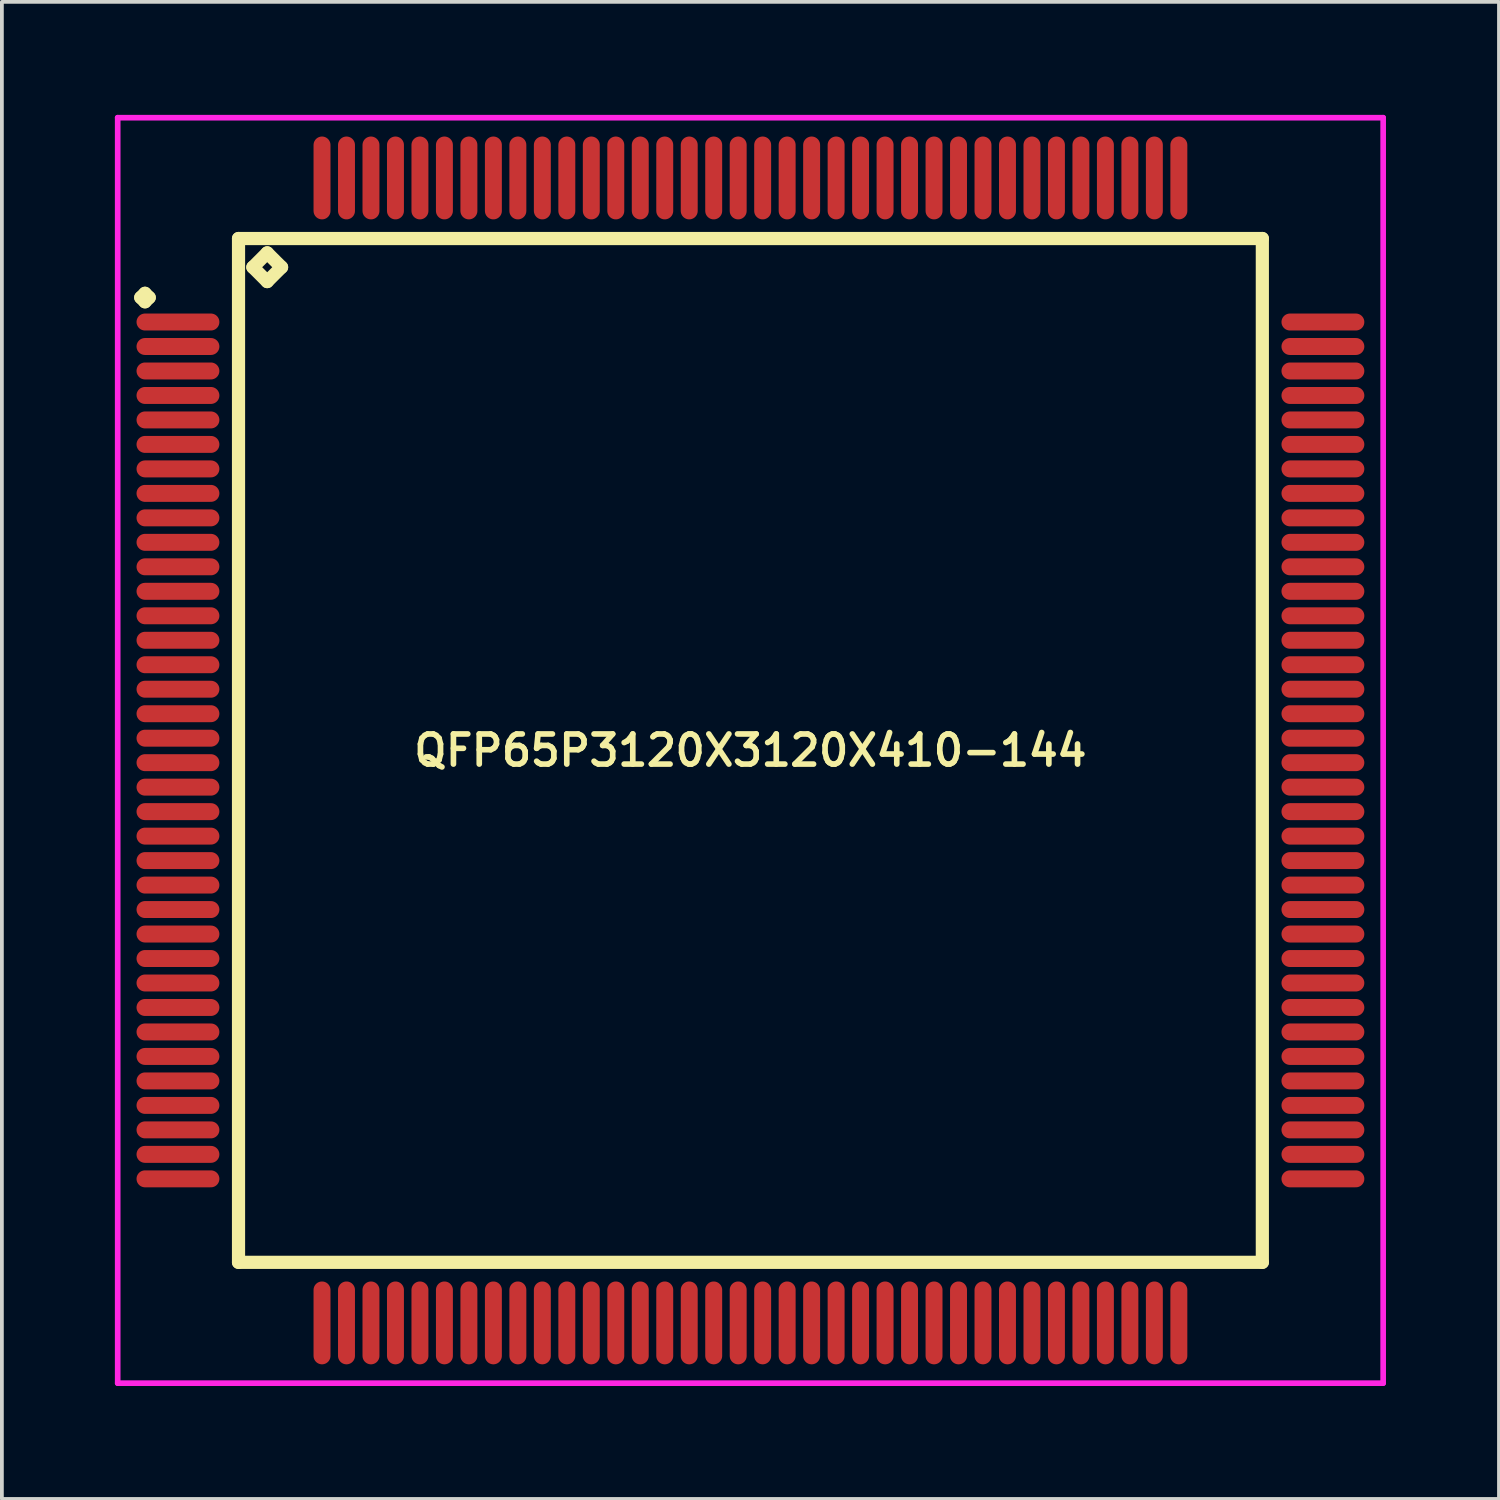
<source format=kicad_pcb>
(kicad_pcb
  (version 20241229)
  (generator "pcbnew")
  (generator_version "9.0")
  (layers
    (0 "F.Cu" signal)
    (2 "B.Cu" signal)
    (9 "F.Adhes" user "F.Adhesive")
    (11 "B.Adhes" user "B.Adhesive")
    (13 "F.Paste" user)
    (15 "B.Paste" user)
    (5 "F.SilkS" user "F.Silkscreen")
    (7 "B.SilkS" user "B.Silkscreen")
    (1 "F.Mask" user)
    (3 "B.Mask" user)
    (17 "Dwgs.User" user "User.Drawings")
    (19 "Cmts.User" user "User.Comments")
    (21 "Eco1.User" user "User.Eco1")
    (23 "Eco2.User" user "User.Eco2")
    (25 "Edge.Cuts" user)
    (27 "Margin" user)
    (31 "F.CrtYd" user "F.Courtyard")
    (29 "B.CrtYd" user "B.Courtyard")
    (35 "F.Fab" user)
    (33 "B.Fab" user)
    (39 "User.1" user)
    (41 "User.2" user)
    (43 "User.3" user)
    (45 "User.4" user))
  (footprint "QFP65P3120X3120X410-144"
    (layer "F.Cu")
    (at 16.875 16.875)
    (property "Reference" "QFP65P3120X3120X410-144" (at 0 0 0) (layer "F.SilkS") (effects (font (size 0.8 0.8) (thickness 0.15))))
    (attr smd)
    (fp_line (start -16.188 -12.025) (end -16.075 -12.137) (stroke (width 0.35) (type solid)) (layer "F.SilkS"))
    (fp_line (start -16.075 -12.137) (end -15.963 -12.025) (stroke (width 0.35) (type solid)) (layer "F.SilkS"))
    (fp_line (start -16.075 -11.912) (end -16.188 -12.025) (stroke (width 0.35) (type solid)) (layer "F.SilkS"))
    (fp_line (start -15.963 -12.025) (end -16.075 -11.912) (stroke (width 0.35) (type solid)) (layer "F.SilkS"))
    (fp_line (start -13.592 -13.592) (end -13.592 13.592) (stroke (width 0.35) (type solid)) (layer "F.SilkS"))
    (fp_line (start -13.592 13.592) (end 13.592 13.592) (stroke (width 0.35) (type solid)) (layer "F.SilkS"))
    (fp_line (start -13.211 -12.83) (end -12.83 -13.211) (stroke (width 0.35) (type solid)) (layer "F.SilkS"))
    (fp_line (start -12.83 -13.211) (end -12.449 -12.83) (stroke (width 0.35) (type solid)) (layer "F.SilkS"))
    (fp_line (start -12.83 -12.449) (end -13.211 -12.83) (stroke (width 0.35) (type solid)) (layer "F.SilkS"))
    (fp_line (start -12.449 -12.83) (end -12.83 -12.449) (stroke (width 0.35) (type solid)) (layer "F.SilkS"))
    (fp_line (start 13.592 -13.592) (end -13.592 -13.592) (stroke (width 0.35) (type solid)) (layer "F.SilkS"))
    (fp_line (start 13.592 13.592) (end 13.592 -13.592) (stroke (width 0.35) (type solid)) (layer "F.SilkS"))
    (fp_line (start -16.8 -16.8) (end 16.8 -16.8) (stroke (width 0.15) (type solid)) (layer "F.CrtYd"))
    (fp_line (start -16.8 16.8) (end -16.8 -16.8) (stroke (width 0.15) (type solid)) (layer "F.CrtYd"))
    (fp_line (start 16.8 -16.8) (end 16.8 16.8) (stroke (width 0.15) (type solid)) (layer "F.CrtYd"))
    (fp_line (start 16.8 16.8) (end -16.8 16.8) (stroke (width 0.15) (type solid)) (layer "F.CrtYd"))
    (pad "1" smd oval (at -15.2 -11.375) (size 2.2 0.45) (layers "F.Cu" "F.Mask" "F.Paste"))
    (pad "2" smd oval (at -15.2 -10.725) (size 2.2 0.45) (layers "F.Cu" "F.Mask" "F.Paste"))
    (pad "3" smd oval (at -15.2 -10.075) (size 2.2 0.45) (layers "F.Cu" "F.Mask" "F.Paste"))
    (pad "4" smd oval (at -15.2 -9.425) (size 2.2 0.45) (layers "F.Cu" "F.Mask" "F.Paste"))
    (pad "5" smd oval (at -15.2 -8.775) (size 2.2 0.45) (layers "F.Cu" "F.Mask" "F.Paste"))
    (pad "6" smd oval (at -15.2 -8.125) (size 2.2 0.45) (layers "F.Cu" "F.Mask" "F.Paste"))
    (pad "7" smd oval (at -15.2 -7.475) (size 2.2 0.45) (layers "F.Cu" "F.Mask" "F.Paste"))
    (pad "8" smd oval (at -15.2 -6.825) (size 2.2 0.45) (layers "F.Cu" "F.Mask" "F.Paste"))
    (pad "9" smd oval (at -15.2 -6.175) (size 2.2 0.45) (layers "F.Cu" "F.Mask" "F.Paste"))
    (pad "10" smd oval (at -15.2 -5.525) (size 2.2 0.45) (layers "F.Cu" "F.Mask" "F.Paste"))
    (pad "11" smd oval (at -15.2 -4.875) (size 2.2 0.45) (layers "F.Cu" "F.Mask" "F.Paste"))
    (pad "12" smd oval (at -15.2 -4.225) (size 2.2 0.45) (layers "F.Cu" "F.Mask" "F.Paste"))
    (pad "13" smd oval (at -15.2 -3.575) (size 2.2 0.45) (layers "F.Cu" "F.Mask" "F.Paste"))
    (pad "14" smd oval (at -15.2 -2.925) (size 2.2 0.45) (layers "F.Cu" "F.Mask" "F.Paste"))
    (pad "15" smd oval (at -15.2 -2.275) (size 2.2 0.45) (layers "F.Cu" "F.Mask" "F.Paste"))
    (pad "16" smd oval (at -15.2 -1.625) (size 2.2 0.45) (layers "F.Cu" "F.Mask" "F.Paste"))
    (pad "17" smd oval (at -15.2 -0.975) (size 2.2 0.45) (layers "F.Cu" "F.Mask" "F.Paste"))
    (pad "18" smd oval (at -15.2 -0.325) (size 2.2 0.45) (layers "F.Cu" "F.Mask" "F.Paste"))
    (pad "19" smd oval (at -15.2 0.325) (size 2.2 0.45) (layers "F.Cu" "F.Mask" "F.Paste"))
    (pad "20" smd oval (at -15.2 0.975) (size 2.2 0.45) (layers "F.Cu" "F.Mask" "F.Paste"))
    (pad "21" smd oval (at -15.2 1.625) (size 2.2 0.45) (layers "F.Cu" "F.Mask" "F.Paste"))
    (pad "22" smd oval (at -15.2 2.275) (size 2.2 0.45) (layers "F.Cu" "F.Mask" "F.Paste"))
    (pad "23" smd oval (at -15.2 2.925) (size 2.2 0.45) (layers "F.Cu" "F.Mask" "F.Paste"))
    (pad "24" smd oval (at -15.2 3.575) (size 2.2 0.45) (layers "F.Cu" "F.Mask" "F.Paste"))
    (pad "25" smd oval (at -15.2 4.225) (size 2.2 0.45) (layers "F.Cu" "F.Mask" "F.Paste"))
    (pad "26" smd oval (at -15.2 4.875) (size 2.2 0.45) (layers "F.Cu" "F.Mask" "F.Paste"))
    (pad "27" smd oval (at -15.2 5.525) (size 2.2 0.45) (layers "F.Cu" "F.Mask" "F.Paste"))
    (pad "28" smd oval (at -15.2 6.175) (size 2.2 0.45) (layers "F.Cu" "F.Mask" "F.Paste"))
    (pad "29" smd oval (at -15.2 6.825) (size 2.2 0.45) (layers "F.Cu" "F.Mask" "F.Paste"))
    (pad "30" smd oval (at -15.2 7.475) (size 2.2 0.45) (layers "F.Cu" "F.Mask" "F.Paste"))
    (pad "31" smd oval (at -15.2 8.125) (size 2.2 0.45) (layers "F.Cu" "F.Mask" "F.Paste"))
    (pad "32" smd oval (at -15.2 8.775) (size 2.2 0.45) (layers "F.Cu" "F.Mask" "F.Paste"))
    (pad "33" smd oval (at -15.2 9.425) (size 2.2 0.45) (layers "F.Cu" "F.Mask" "F.Paste"))
    (pad "34" smd oval (at -15.2 10.075) (size 2.2 0.45) (layers "F.Cu" "F.Mask" "F.Paste"))
    (pad "35" smd oval (at -15.2 10.725) (size 2.2 0.45) (layers "F.Cu" "F.Mask" "F.Paste"))
    (pad "36" smd oval (at -15.2 11.375) (size 2.2 0.45) (layers "F.Cu" "F.Mask" "F.Paste"))
    (pad "37" smd oval (at -11.375 15.2) (size 0.45 2.2) (layers "F.Cu" "F.Mask" "F.Paste"))
    (pad "38" smd oval (at -10.725 15.2) (size 0.45 2.2) (layers "F.Cu" "F.Mask" "F.Paste"))
    (pad "39" smd oval (at -10.075 15.2) (size 0.45 2.2) (layers "F.Cu" "F.Mask" "F.Paste"))
    (pad "40" smd oval (at -9.425 15.2) (size 0.45 2.2) (layers "F.Cu" "F.Mask" "F.Paste"))
    (pad "41" smd oval (at -8.775 15.2) (size 0.45 2.2) (layers "F.Cu" "F.Mask" "F.Paste"))
    (pad "42" smd oval (at -8.125 15.2) (size 0.45 2.2) (layers "F.Cu" "F.Mask" "F.Paste"))
    (pad "43" smd oval (at -7.475 15.2) (size 0.45 2.2) (layers "F.Cu" "F.Mask" "F.Paste"))
    (pad "44" smd oval (at -6.825 15.2) (size 0.45 2.2) (layers "F.Cu" "F.Mask" "F.Paste"))
    (pad "45" smd oval (at -6.175 15.2) (size 0.45 2.2) (layers "F.Cu" "F.Mask" "F.Paste"))
    (pad "46" smd oval (at -5.525 15.2) (size 0.45 2.2) (layers "F.Cu" "F.Mask" "F.Paste"))
    (pad "47" smd oval (at -4.875 15.2) (size 0.45 2.2) (layers "F.Cu" "F.Mask" "F.Paste"))
    (pad "48" smd oval (at -4.225 15.2) (size 0.45 2.2) (layers "F.Cu" "F.Mask" "F.Paste"))
    (pad "49" smd oval (at -3.575 15.2) (size 0.45 2.2) (layers "F.Cu" "F.Mask" "F.Paste"))
    (pad "50" smd oval (at -2.925 15.2) (size 0.45 2.2) (layers "F.Cu" "F.Mask" "F.Paste"))
    (pad "51" smd oval (at -2.275 15.2) (size 0.45 2.2) (layers "F.Cu" "F.Mask" "F.Paste"))
    (pad "52" smd oval (at -1.625 15.2) (size 0.45 2.2) (layers "F.Cu" "F.Mask" "F.Paste"))
    (pad "53" smd oval (at -0.975 15.2) (size 0.45 2.2) (layers "F.Cu" "F.Mask" "F.Paste"))
    (pad "54" smd oval (at -0.325 15.2) (size 0.45 2.2) (layers "F.Cu" "F.Mask" "F.Paste"))
    (pad "55" smd oval (at 0.325 15.2) (size 0.45 2.2) (layers "F.Cu" "F.Mask" "F.Paste"))
    (pad "56" smd oval (at 0.975 15.2) (size 0.45 2.2) (layers "F.Cu" "F.Mask" "F.Paste"))
    (pad "57" smd oval (at 1.625 15.2) (size 0.45 2.2) (layers "F.Cu" "F.Mask" "F.Paste"))
    (pad "58" smd oval (at 2.275 15.2) (size 0.45 2.2) (layers "F.Cu" "F.Mask" "F.Paste"))
    (pad "59" smd oval (at 2.925 15.2) (size 0.45 2.2) (layers "F.Cu" "F.Mask" "F.Paste"))
    (pad "60" smd oval (at 3.575 15.2) (size 0.45 2.2) (layers "F.Cu" "F.Mask" "F.Paste"))
    (pad "61" smd oval (at 4.225 15.2) (size 0.45 2.2) (layers "F.Cu" "F.Mask" "F.Paste"))
    (pad "62" smd oval (at 4.875 15.2) (size 0.45 2.2) (layers "F.Cu" "F.Mask" "F.Paste"))
    (pad "63" smd oval (at 5.525 15.2) (size 0.45 2.2) (layers "F.Cu" "F.Mask" "F.Paste"))
    (pad "64" smd oval (at 6.175 15.2) (size 0.45 2.2) (layers "F.Cu" "F.Mask" "F.Paste"))
    (pad "65" smd oval (at 6.825 15.2) (size 0.45 2.2) (layers "F.Cu" "F.Mask" "F.Paste"))
    (pad "66" smd oval (at 7.475 15.2) (size 0.45 2.2) (layers "F.Cu" "F.Mask" "F.Paste"))
    (pad "67" smd oval (at 8.125 15.2) (size 0.45 2.2) (layers "F.Cu" "F.Mask" "F.Paste"))
    (pad "68" smd oval (at 8.775 15.2) (size 0.45 2.2) (layers "F.Cu" "F.Mask" "F.Paste"))
    (pad "69" smd oval (at 9.425 15.2) (size 0.45 2.2) (layers "F.Cu" "F.Mask" "F.Paste"))
    (pad "70" smd oval (at 10.075 15.2) (size 0.45 2.2) (layers "F.Cu" "F.Mask" "F.Paste"))
    (pad "71" smd oval (at 10.725 15.2) (size 0.45 2.2) (layers "F.Cu" "F.Mask" "F.Paste"))
    (pad "72" smd oval (at 11.375 15.2) (size 0.45 2.2) (layers "F.Cu" "F.Mask" "F.Paste"))
    (pad "73" smd oval (at 15.2 11.375) (size 2.2 0.45) (layers "F.Cu" "F.Mask" "F.Paste"))
    (pad "74" smd oval (at 15.2 10.725) (size 2.2 0.45) (layers "F.Cu" "F.Mask" "F.Paste"))
    (pad "75" smd oval (at 15.2 10.075) (size 2.2 0.45) (layers "F.Cu" "F.Mask" "F.Paste"))
    (pad "76" smd oval (at 15.2 9.425) (size 2.2 0.45) (layers "F.Cu" "F.Mask" "F.Paste"))
    (pad "77" smd oval (at 15.2 8.775) (size 2.2 0.45) (layers "F.Cu" "F.Mask" "F.Paste"))
    (pad "78" smd oval (at 15.2 8.125) (size 2.2 0.45) (layers "F.Cu" "F.Mask" "F.Paste"))
    (pad "79" smd oval (at 15.2 7.475) (size 2.2 0.45) (layers "F.Cu" "F.Mask" "F.Paste"))
    (pad "80" smd oval (at 15.2 6.825) (size 2.2 0.45) (layers "F.Cu" "F.Mask" "F.Paste"))
    (pad "81" smd oval (at 15.2 6.175) (size 2.2 0.45) (layers "F.Cu" "F.Mask" "F.Paste"))
    (pad "82" smd oval (at 15.2 5.525) (size 2.2 0.45) (layers "F.Cu" "F.Mask" "F.Paste"))
    (pad "83" smd oval (at 15.2 4.875) (size 2.2 0.45) (layers "F.Cu" "F.Mask" "F.Paste"))
    (pad "84" smd oval (at 15.2 4.225) (size 2.2 0.45) (layers "F.Cu" "F.Mask" "F.Paste"))
    (pad "85" smd oval (at 15.2 3.575) (size 2.2 0.45) (layers "F.Cu" "F.Mask" "F.Paste"))
    (pad "86" smd oval (at 15.2 2.925) (size 2.2 0.45) (layers "F.Cu" "F.Mask" "F.Paste"))
    (pad "87" smd oval (at 15.2 2.275) (size 2.2 0.45) (layers "F.Cu" "F.Mask" "F.Paste"))
    (pad "88" smd oval (at 15.2 1.625) (size 2.2 0.45) (layers "F.Cu" "F.Mask" "F.Paste"))
    (pad "89" smd oval (at 15.2 0.975) (size 2.2 0.45) (layers "F.Cu" "F.Mask" "F.Paste"))
    (pad "90" smd oval (at 15.2 0.325) (size 2.2 0.45) (layers "F.Cu" "F.Mask" "F.Paste"))
    (pad "91" smd oval (at 15.2 -0.325) (size 2.2 0.45) (layers "F.Cu" "F.Mask" "F.Paste"))
    (pad "92" smd oval (at 15.2 -0.975) (size 2.2 0.45) (layers "F.Cu" "F.Mask" "F.Paste"))
    (pad "93" smd oval (at 15.2 -1.625) (size 2.2 0.45) (layers "F.Cu" "F.Mask" "F.Paste"))
    (pad "94" smd oval (at 15.2 -2.275) (size 2.2 0.45) (layers "F.Cu" "F.Mask" "F.Paste"))
    (pad "95" smd oval (at 15.2 -2.925) (size 2.2 0.45) (layers "F.Cu" "F.Mask" "F.Paste"))
    (pad "96" smd oval (at 15.2 -3.575) (size 2.2 0.45) (layers "F.Cu" "F.Mask" "F.Paste"))
    (pad "97" smd oval (at 15.2 -4.225) (size 2.2 0.45) (layers "F.Cu" "F.Mask" "F.Paste"))
    (pad "98" smd oval (at 15.2 -4.875) (size 2.2 0.45) (layers "F.Cu" "F.Mask" "F.Paste"))
    (pad "99" smd oval (at 15.2 -5.525) (size 2.2 0.45) (layers "F.Cu" "F.Mask" "F.Paste"))
    (pad "100" smd oval (at 15.2 -6.175) (size 2.2 0.45) (layers "F.Cu" "F.Mask" "F.Paste"))
    (pad "101" smd oval (at 15.2 -6.825) (size 2.2 0.45) (layers "F.Cu" "F.Mask" "F.Paste"))
    (pad "102" smd oval (at 15.2 -7.475) (size 2.2 0.45) (layers "F.Cu" "F.Mask" "F.Paste"))
    (pad "103" smd oval (at 15.2 -8.125) (size 2.2 0.45) (layers "F.Cu" "F.Mask" "F.Paste"))
    (pad "104" smd oval (at 15.2 -8.775) (size 2.2 0.45) (layers "F.Cu" "F.Mask" "F.Paste"))
    (pad "105" smd oval (at 15.2 -9.425) (size 2.2 0.45) (layers "F.Cu" "F.Mask" "F.Paste"))
    (pad "106" smd oval (at 15.2 -10.075) (size 2.2 0.45) (layers "F.Cu" "F.Mask" "F.Paste"))
    (pad "107" smd oval (at 15.2 -10.725) (size 2.2 0.45) (layers "F.Cu" "F.Mask" "F.Paste"))
    (pad "108" smd oval (at 15.2 -11.375) (size 2.2 0.45) (layers "F.Cu" "F.Mask" "F.Paste"))
    (pad "109" smd oval (at 11.375 -15.2) (size 0.45 2.2) (layers "F.Cu" "F.Mask" "F.Paste"))
    (pad "110" smd oval (at 10.725 -15.2) (size 0.45 2.2) (layers "F.Cu" "F.Mask" "F.Paste"))
    (pad "111" smd oval (at 10.075 -15.2) (size 0.45 2.2) (layers "F.Cu" "F.Mask" "F.Paste"))
    (pad "112" smd oval (at 9.425 -15.2) (size 0.45 2.2) (layers "F.Cu" "F.Mask" "F.Paste"))
    (pad "113" smd oval (at 8.775 -15.2) (size 0.45 2.2) (layers "F.Cu" "F.Mask" "F.Paste"))
    (pad "114" smd oval (at 8.125 -15.2) (size 0.45 2.2) (layers "F.Cu" "F.Mask" "F.Paste"))
    (pad "115" smd oval (at 7.475 -15.2) (size 0.45 2.2) (layers "F.Cu" "F.Mask" "F.Paste"))
    (pad "116" smd oval (at 6.825 -15.2) (size 0.45 2.2) (layers "F.Cu" "F.Mask" "F.Paste"))
    (pad "117" smd oval (at 6.175 -15.2) (size 0.45 2.2) (layers "F.Cu" "F.Mask" "F.Paste"))
    (pad "118" smd oval (at 5.525 -15.2) (size 0.45 2.2) (layers "F.Cu" "F.Mask" "F.Paste"))
    (pad "119" smd oval (at 4.875 -15.2) (size 0.45 2.2) (layers "F.Cu" "F.Mask" "F.Paste"))
    (pad "120" smd oval (at 4.225 -15.2) (size 0.45 2.2) (layers "F.Cu" "F.Mask" "F.Paste"))
    (pad "121" smd oval (at 3.575 -15.2) (size 0.45 2.2) (layers "F.Cu" "F.Mask" "F.Paste"))
    (pad "122" smd oval (at 2.925 -15.2) (size 0.45 2.2) (layers "F.Cu" "F.Mask" "F.Paste"))
    (pad "123" smd oval (at 2.275 -15.2) (size 0.45 2.2) (layers "F.Cu" "F.Mask" "F.Paste"))
    (pad "124" smd oval (at 1.625 -15.2) (size 0.45 2.2) (layers "F.Cu" "F.Mask" "F.Paste"))
    (pad "125" smd oval (at 0.975 -15.2) (size 0.45 2.2) (layers "F.Cu" "F.Mask" "F.Paste"))
    (pad "126" smd oval (at 0.325 -15.2) (size 0.45 2.2) (layers "F.Cu" "F.Mask" "F.Paste"))
    (pad "127" smd oval (at -0.325 -15.2) (size 0.45 2.2) (layers "F.Cu" "F.Mask" "F.Paste"))
    (pad "128" smd oval (at -0.975 -15.2) (size 0.45 2.2) (layers "F.Cu" "F.Mask" "F.Paste"))
    (pad "129" smd oval (at -1.625 -15.2) (size 0.45 2.2) (layers "F.Cu" "F.Mask" "F.Paste"))
    (pad "130" smd oval (at -2.275 -15.2) (size 0.45 2.2) (layers "F.Cu" "F.Mask" "F.Paste"))
    (pad "131" smd oval (at -2.925 -15.2) (size 0.45 2.2) (layers "F.Cu" "F.Mask" "F.Paste"))
    (pad "132" smd oval (at -3.575 -15.2) (size 0.45 2.2) (layers "F.Cu" "F.Mask" "F.Paste"))
    (pad "133" smd oval (at -4.225 -15.2) (size 0.45 2.2) (layers "F.Cu" "F.Mask" "F.Paste"))
    (pad "134" smd oval (at -4.875 -15.2) (size 0.45 2.2) (layers "F.Cu" "F.Mask" "F.Paste"))
    (pad "135" smd oval (at -5.525 -15.2) (size 0.45 2.2) (layers "F.Cu" "F.Mask" "F.Paste"))
    (pad "136" smd oval (at -6.175 -15.2) (size 0.45 2.2) (layers "F.Cu" "F.Mask" "F.Paste"))
    (pad "137" smd oval (at -6.825 -15.2) (size 0.45 2.2) (layers "F.Cu" "F.Mask" "F.Paste"))
    (pad "138" smd oval (at -7.475 -15.2) (size 0.45 2.2) (layers "F.Cu" "F.Mask" "F.Paste"))
    (pad "139" smd oval (at -8.125 -15.2) (size 0.45 2.2) (layers "F.Cu" "F.Mask" "F.Paste"))
    (pad "140" smd oval (at -8.775 -15.2) (size 0.45 2.2) (layers "F.Cu" "F.Mask" "F.Paste"))
    (pad "141" smd oval (at -9.425 -15.2) (size 0.45 2.2) (layers "F.Cu" "F.Mask" "F.Paste"))
    (pad "142" smd oval (at -10.075 -15.2) (size 0.45 2.2) (layers "F.Cu" "F.Mask" "F.Paste"))
    (pad "143" smd oval (at -10.725 -15.2) (size 0.45 2.2) (layers "F.Cu" "F.Mask" "F.Paste"))
    (pad "144" smd oval (at -11.375 -15.2) (size 0.45 2.2) (layers "F.Cu" "F.Mask" "F.Paste")))
  (gr_rect
    (start -3 -3)
    (end 36.75 36.75)
    (stroke (width 0.1) (type default))
    (fill no)
    (layer "Edge.Cuts")))
</source>
